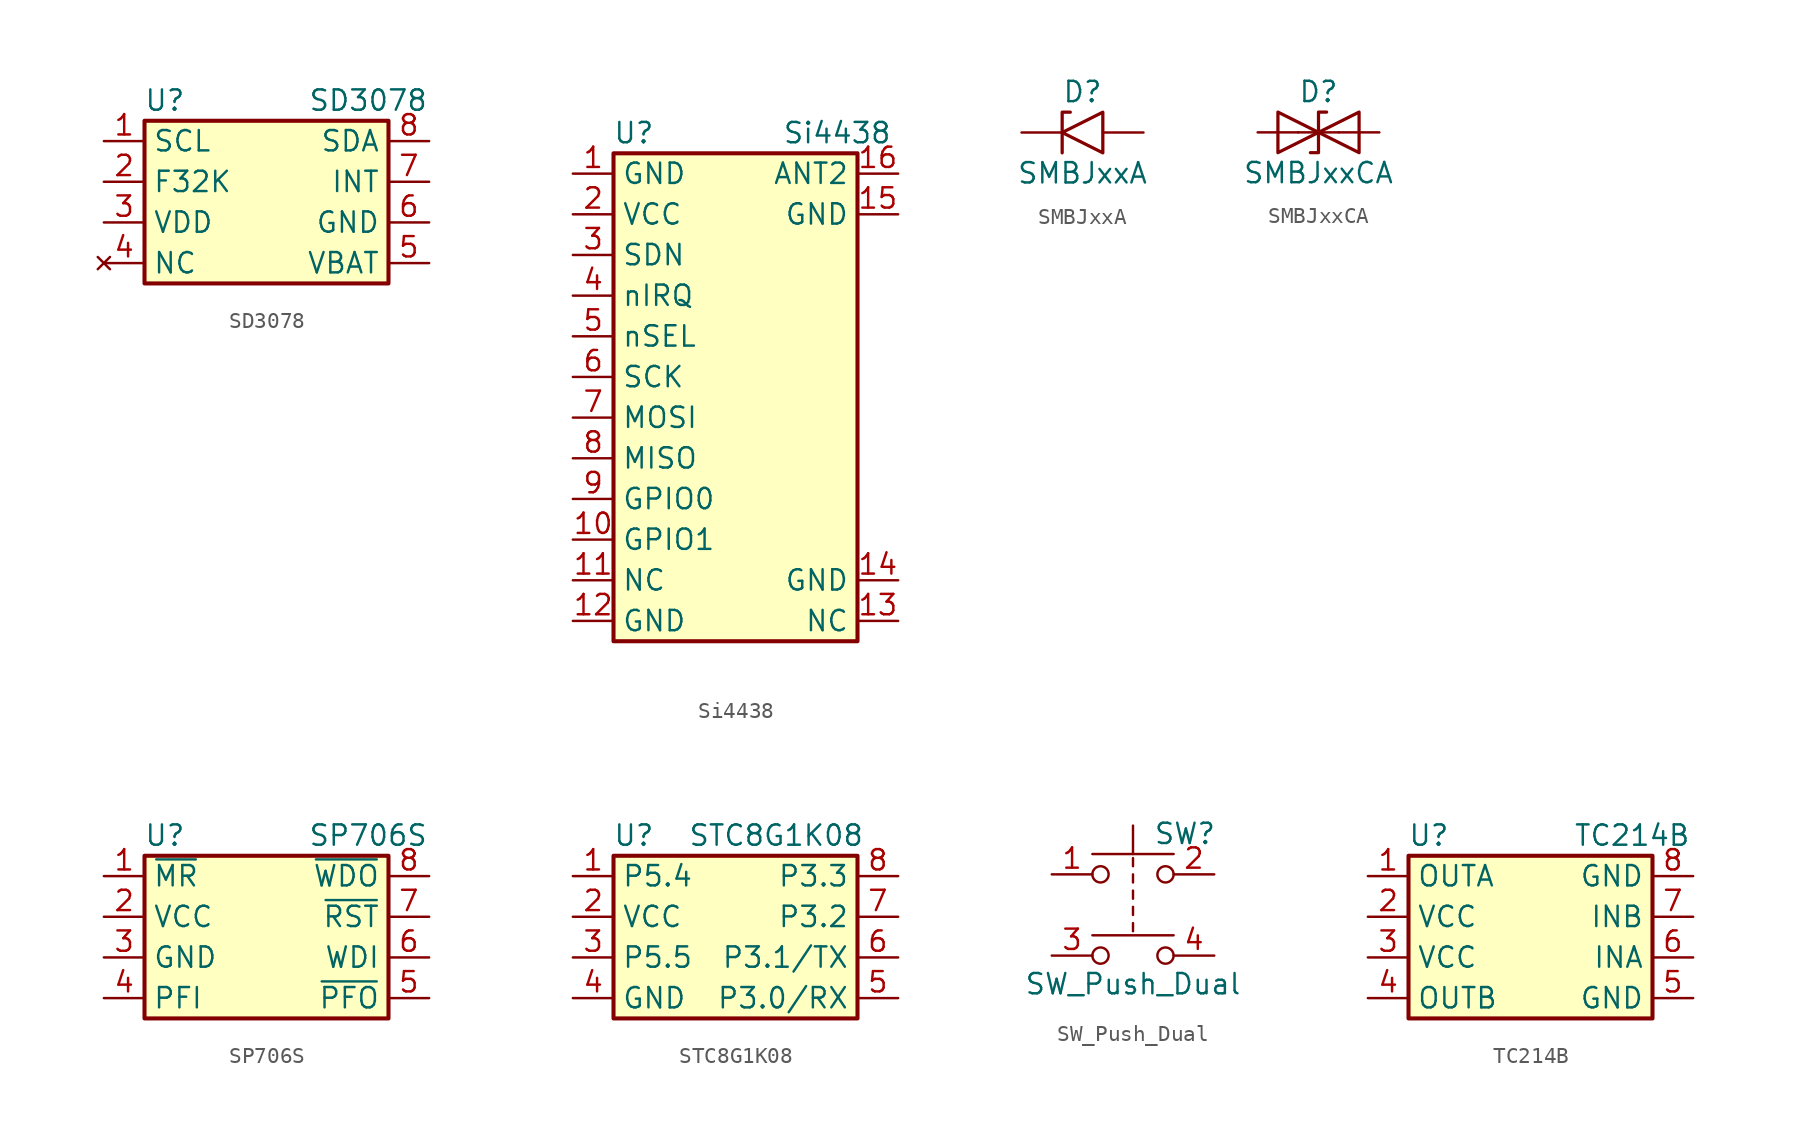
<source format=kicad_sym>
(kicad_symbol_lib
  (version 20211014)
  (generator kicad_symbol_editor)
  (symbol "SD3078"
    (property "Reference" "U"
      (at -6.35 6.35 0)
      (effects (font (size 1.27 1.27))))
    (property "Value" "SD3078"
      (at 6.35 6.35 0)
      (effects (font (size 1.27 1.27))))
    (symbol "SD3078_0_1"
      (rectangle (start -7.62 5.08) (end 7.62 -5.08) (stroke (width 0.254) (type default) (color 0 0 0 0)) (fill (type background))))
    (symbol "SD3078_1_1"
      (pin input line (at -10.16 3.81 0) (length 2.54) (name "SCL" (effects (font (size 1.27 1.27)))) (number "1" (effects (font (size 1.27 1.27)))))
      (pin output line (at -10.16 1.27 0) (length 2.54) (name "F32K" (effects (font (size 1.27 1.27)))) (number "2" (effects (font (size 1.27 1.27)))))
      (pin power_in line (at -10.16 -1.27 0) (length 2.54) (name "VDD" (effects (font (size 1.27 1.27)))) (number "3" (effects (font (size 1.27 1.27)))))
      (pin no_connect line (at -10.16 -3.81 0) (length 2.54) (name "NC" (effects (font (size 1.27 1.27)))) (number "4" (effects (font (size 1.27 1.27)))))
      (pin bidirectional line (at 10.16 -3.81 180) (length 2.54) (name "VBAT" (effects (font (size 1.27 1.27)))) (number "5" (effects (font (size 1.27 1.27)))))
      (pin power_in line (at 10.16 -1.27 180) (length 2.54) (name "GND" (effects (font (size 1.27 1.27)))) (number "6" (effects (font (size 1.27 1.27)))))
      (pin output line (at 10.16 1.27 180) (length 2.54) (name "INT" (effects (font (size 1.27 1.27)))) (number "7" (effects (font (size 1.27 1.27)))))
      (pin bidirectional line (at 10.16 3.81 180) (length 2.54) (name "SDA" (effects (font (size 1.27 1.27)))) (number "8" (effects (font (size 1.27 1.27)))))))
  (symbol "Si4438"
    (property "Reference" "U"
      (at -6.35 16.51 0)
      (effects (font (size 1.27 1.27))))
    (property "Value" "Si4438"
      (at 6.35 16.51 0)
      (effects (font (size 1.27 1.27))))
    (symbol "Si4438_0_1"
      (rectangle (start -7.62 15.24) (end 7.62 -15.24) (stroke (width 0.254) (type default) (color 0 0 0 0)) (fill (type background))))
    (symbol "Si4438_1_1"
      (pin power_in line (at -10.16 13.97 0) (length 2.54) (name "GND" (effects (font (size 1.27 1.27)))) (number "1" (effects (font (size 1.27 1.27)))))
      (pin passive line (at -10.16 -8.89 0) (length 2.54) (name "GPIO1" (effects (font (size 1.27 1.27)))) (number "10" (effects (font (size 1.27 1.27)))))
      (pin passive line (at -10.16 -11.43 0) (length 2.54) (name "NC" (effects (font (size 1.27 1.27)))) (number "11" (effects (font (size 1.27 1.27)))))
      (pin power_in line (at -10.16 -13.97 0) (length 2.54) (name "GND" (effects (font (size 1.27 1.27)))) (number "12" (effects (font (size 1.27 1.27)))))
      (pin passive line (at 10.16 -13.97 180) (length 2.54) (name "NC" (effects (font (size 1.27 1.27)))) (number "13" (effects (font (size 1.27 1.27)))))
      (pin power_in line (at 10.16 -11.43 180) (length 2.54) (name "GND" (effects (font (size 1.27 1.27)))) (number "14" (effects (font (size 1.27 1.27)))))
      (pin power_in line (at 10.16 11.43 180) (length 2.54) (name "GND" (effects (font (size 1.27 1.27)))) (number "15" (effects (font (size 1.27 1.27)))))
      (pin output line (at 10.16 13.97 180) (length 2.54) (name "ANT2" (effects (font (size 1.27 1.27)))) (number "16" (effects (font (size 1.27 1.27)))))
      (pin power_in line (at -10.16 11.43 0) (length 2.54) (name "VCC" (effects (font (size 1.27 1.27)))) (number "2" (effects (font (size 1.27 1.27)))))
      (pin passive line (at -10.16 8.89 0) (length 2.54) (name "SDN" (effects (font (size 1.27 1.27)))) (number "3" (effects (font (size 1.27 1.27)))))
      (pin passive line (at -10.16 6.35 0) (length 2.54) (name "nIRQ" (effects (font (size 1.27 1.27)))) (number "4" (effects (font (size 1.27 1.27)))))
      (pin passive line (at -10.16 3.81 0) (length 2.54) (name "nSEL" (effects (font (size 1.27 1.27)))) (number "5" (effects (font (size 1.27 1.27)))))
      (pin input line (at -10.16 1.27 0) (length 2.54) (name "SCK" (effects (font (size 1.27 1.27)))) (number "6" (effects (font (size 1.27 1.27)))))
      (pin passive line (at -10.16 -1.27 0) (length 2.54) (name "MOSI" (effects (font (size 1.27 1.27)))) (number "7" (effects (font (size 1.27 1.27)))))
      (pin passive line (at -10.16 -3.81 0) (length 2.54) (name "MISO" (effects (font (size 1.27 1.27)))) (number "8" (effects (font (size 1.27 1.27)))))
      (pin passive line (at -10.16 -6.35 0) (length 2.54) (name "GPIO0" (effects (font (size 1.27 1.27)))) (number "9" (effects (font (size 1.27 1.27)))))))
  (symbol "SMBJxxA"
    (pin_numbers hide)
    (pin_names
      (offset 1.016) hide)
    (property "Reference" "D"
      (at 0 2.54 0)
      (effects (font (size 1.27 1.27))))
    (property "Value" "SMBJxxA"
      (at 0 -2.54 0)
      (effects (font (size 1.27 1.27))))
    (symbol "SMBJxxA_0_1"
      (polyline (pts (xy -0.762 1.27) (xy -1.27 1.27) (xy -1.27 -1.27)) (stroke (width 0.203) (type default) (color 0 0 0 0)) (fill (type none)))
      (polyline (pts (xy 1.27 1.27) (xy 1.27 -1.27) (xy -1.27 0) (xy 1.27 1.27)) (stroke (width 0.203) (type default) (color 0 0 0 0)) (fill (type none))))
    (symbol "SMBJxxA_1_1"
      (pin passive line (at -3.81 0 0) (length 2.54) (name "A1" (effects (font (size 1.27 1.27)))) (number "1" (effects (font (size 1.27 1.27)))))
      (pin passive line (at 3.81 0 180) (length 2.54) (name "A2" (effects (font (size 1.27 1.27)))) (number "2" (effects (font (size 1.27 1.27)))))))
  (symbol "SMBJxxCA"
    (pin_numbers hide)
    (pin_names
      (offset 1.016) hide)
    (property "Reference" "D"
      (at 0 2.54 0)
      (effects (font (size 1.27 1.27))))
    (property "Value" "SMBJxxCA"
      (at 0 -2.54 0)
      (effects (font (size 1.27 1.27))))
    (symbol "SMBJxxCA_0_1"
      (polyline (pts (xy 1.27 0) (xy -1.27 0)) (stroke (width 0) (type default) (color 0 0 0 0)) (fill (type none)))
      (polyline (pts (xy -2.54 -1.27) (xy 0 0) (xy -2.54 1.27) (xy -2.54 -1.27)) (stroke (width 0.203) (type default) (color 0 0 0 0)) (fill (type none)))
      (polyline (pts (xy 0.508 1.27) (xy 0 1.27) (xy 0 -1.27) (xy -0.508 -1.27)) (stroke (width 0.203) (type default) (color 0 0 0 0)) (fill (type none)))
      (polyline (pts (xy 2.54 1.27) (xy 2.54 -1.27) (xy 0 0) (xy 2.54 1.27)) (stroke (width 0.203) (type default) (color 0 0 0 0)) (fill (type none))))
    (symbol "SMBJxxCA_1_1"
      (pin passive line (at -3.81 0 0) (length 2.54) (name "A1" (effects (font (size 1.27 1.27)))) (number "1" (effects (font (size 1.27 1.27)))))
      (pin passive line (at 3.81 0 180) (length 2.54) (name "A2" (effects (font (size 1.27 1.27)))) (number "2" (effects (font (size 1.27 1.27)))))))
  (symbol "SP706S"
    (property "Reference" "U"
      (at -6.35 6.35 0)
      (effects (font (size 1.27 1.27))))
    (property "Value" "SP706S"
      (at 6.35 6.35 0)
      (effects (font (size 1.27 1.27))))
    (symbol "SP706S_0_1"
      (rectangle (start -7.62 5.08) (end 7.62 -5.08) (stroke (width 0.254) (type default) (color 0 0 0 0)) (fill (type background))))
    (symbol "SP706S_1_1"
      (pin bidirectional line (at -10.16 3.81 0) (length 2.54) (name "~{MR}" (effects (font (size 1.27 1.27)))) (number "1" (effects (font (size 1.27 1.27)))))
      (pin power_in line (at -10.16 1.27 0) (length 2.54) (name "VCC" (effects (font (size 1.27 1.27)))) (number "2" (effects (font (size 1.27 1.27)))))
      (pin power_in line (at -10.16 -1.27 0) (length 2.54) (name "GND" (effects (font (size 1.27 1.27)))) (number "3" (effects (font (size 1.27 1.27)))))
      (pin input line (at -10.16 -3.81 0) (length 2.54) (name "PFI" (effects (font (size 1.27 1.27)))) (number "4" (effects (font (size 1.27 1.27)))))
      (pin bidirectional line (at 10.16 -3.81 180) (length 2.54) (name "~{PFO}" (effects (font (size 1.27 1.27)))) (number "5" (effects (font (size 1.27 1.27)))))
      (pin bidirectional line (at 10.16 -1.27 180) (length 2.54) (name "WDI" (effects (font (size 1.27 1.27)))) (number "6" (effects (font (size 1.27 1.27)))))
      (pin bidirectional line (at 10.16 1.27 180) (length 2.54) (name "~{RST}" (effects (font (size 1.27 1.27)))) (number "7" (effects (font (size 1.27 1.27)))))
      (pin bidirectional line (at 10.16 3.81 180) (length 2.54) (name "~{WDO}" (effects (font (size 1.27 1.27)))) (number "8" (effects (font (size 1.27 1.27)))))))
  (symbol "STC8G1K08"
    (property "Reference" "U"
      (at -6.35 6.35 0)
      (effects (font (size 1.27 1.27))))
    (property "Value" "STC8G1K08"
      (at 2.54 6.35 0)
      (effects (font (size 1.27 1.27))))
    (symbol "STC8G1K08_0_1"
      (rectangle (start -7.62 5.08) (end 7.62 -5.08) (stroke (width 0.254) (type default) (color 0 0 0 0)) (fill (type background))))
    (symbol "STC8G1K08_1_1"
      (pin bidirectional line (at -10.16 3.81 0) (length 2.54) (name "P5.4" (effects (font (size 1.27 1.27)))) (number "1" (effects (font (size 1.27 1.27)))))
      (pin power_in line (at -10.16 1.27 0) (length 2.54) (name "VCC" (effects (font (size 1.27 1.27)))) (number "2" (effects (font (size 1.27 1.27)))))
      (pin bidirectional line (at -10.16 -1.27 0) (length 2.54) (name "P5.5" (effects (font (size 1.27 1.27)))) (number "3" (effects (font (size 1.27 1.27)))))
      (pin power_in line (at -10.16 -3.81 0) (length 2.54) (name "GND" (effects (font (size 1.27 1.27)))) (number "4" (effects (font (size 1.27 1.27)))))
      (pin bidirectional line (at 10.16 -3.81 180) (length 2.54) (name "P3.0/RX" (effects (font (size 1.27 1.27)))) (number "5" (effects (font (size 1.27 1.27)))))
      (pin bidirectional line (at 10.16 -1.27 180) (length 2.54) (name "P3.1/TX" (effects (font (size 1.27 1.27)))) (number "6" (effects (font (size 1.27 1.27)))))
      (pin bidirectional line (at 10.16 1.27 180) (length 2.54) (name "P3.2" (effects (font (size 1.27 1.27)))) (number "7" (effects (font (size 1.27 1.27)))))
      (pin bidirectional line (at 10.16 3.81 180) (length 2.54) (name "P3.3" (effects (font (size 1.27 1.27)))) (number "8" (effects (font (size 1.27 1.27)))))))
  (symbol "SW_Push_Dual"
    (pin_names
      (offset 1.016) hide)
    (property "Reference" "SW"
      (at 1.27 2.54 0)
      (effects (font (size 1.27 1.27)) (justify left)))
    (property "Value" "SW_Push_Dual"
      (at 0 -6.858 0)
      (effects (font (size 1.27 1.27))))
    (symbol "SW_Push_Dual_0_1"
      (circle (center -2.032 -5.08) (radius 0.508) (stroke (width 0) (type default) (color 0 0 0 0)) (fill (type none)))
      (circle (center -2.032 0) (radius 0.508) (stroke (width 0) (type default) (color 0 0 0 0)) (fill (type none)))
      (polyline (pts (xy 0 -3.048) (xy 0 -3.556)) (stroke (width 0) (type default) (color 0 0 0 0)) (fill (type none)))
      (polyline (pts (xy 0 -2.032) (xy 0 -2.54)) (stroke (width 0) (type default) (color 0 0 0 0)) (fill (type none)))
      (polyline (pts (xy 0 -1.524) (xy 0 -1.016)) (stroke (width 0) (type default) (color 0 0 0 0)) (fill (type none)))
      (polyline (pts (xy 0 -0.508) (xy 0 0)) (stroke (width 0) (type default) (color 0 0 0 0)) (fill (type none)))
      (polyline (pts (xy 0 0.508) (xy 0 1.016)) (stroke (width 0) (type default) (color 0 0 0 0)) (fill (type none)))
      (polyline (pts (xy 0 1.27) (xy 0 3.048)) (stroke (width 0) (type default) (color 0 0 0 0)) (fill (type none)))
      (polyline (pts (xy 2.54 -3.81) (xy -2.54 -3.81)) (stroke (width 0) (type default) (color 0 0 0 0)) (fill (type none)))
      (polyline (pts (xy 2.54 1.27) (xy -2.54 1.27)) (stroke (width 0) (type default) (color 0 0 0 0)) (fill (type none)))
      (circle (center 2.032 -5.08) (radius 0.508) (stroke (width 0) (type default) (color 0 0 0 0)) (fill (type none)))
      (circle (center 2.032 0) (radius 0.508) (stroke (width 0) (type default) (color 0 0 0 0)) (fill (type none)))
      (pin passive line (at -5.08 0 0) (length 2.54) (name "1" (effects (font (size 1.27 1.27)))) (number "1" (effects (font (size 1.27 1.27)))))
      (pin passive line (at 5.08 0 180) (length 2.54) (name "2" (effects (font (size 1.27 1.27)))) (number "2" (effects (font (size 1.27 1.27)))))
      (pin passive line (at -5.08 -5.08 0) (length 2.54) (name "3" (effects (font (size 1.27 1.27)))) (number "3" (effects (font (size 1.27 1.27)))))
      (pin passive line (at 5.08 -5.08 180) (length 2.54) (name "4" (effects (font (size 1.27 1.27)))) (number "4" (effects (font (size 1.27 1.27)))))))
  (symbol "TC214B"
    (property "Reference" "U"
      (at -6.35 6.35 0)
      (effects (font (size 1.27 1.27))))
    (property "Value" "TC214B"
      (at 6.35 6.35 0)
      (effects (font (size 1.27 1.27))))
    (symbol "TC214B_0_1"
      (rectangle (start -7.62 5.08) (end 7.62 -5.08) (stroke (width 0.254) (type default) (color 0 0 0 0)) (fill (type background))))
    (symbol "TC214B_1_1"
      (pin passive line (at -10.16 3.81 0) (length 2.54) (name "OUTA" (effects (font (size 1.27 1.27)))) (number "1" (effects (font (size 1.27 1.27)))))
      (pin power_in line (at -10.16 1.27 0) (length 2.54) (name "VCC" (effects (font (size 1.27 1.27)))) (number "2" (effects (font (size 1.27 1.27)))))
      (pin power_in line (at -10.16 -1.27 0) (length 2.54) (name "VCC" (effects (font (size 1.27 1.27)))) (number "3" (effects (font (size 1.27 1.27)))))
      (pin passive line (at -10.16 -3.81 0) (length 2.54) (name "OUTB" (effects (font (size 1.27 1.27)))) (number "4" (effects (font (size 1.27 1.27)))))
      (pin passive line (at 10.16 -3.81 180) (length 2.54) (name "GND" (effects (font (size 1.27 1.27)))) (number "5" (effects (font (size 1.27 1.27)))))
      (pin input line (at 10.16 -1.27 180) (length 2.54) (name "INA" (effects (font (size 1.27 1.27)))) (number "6" (effects (font (size 1.27 1.27)))))
      (pin input line (at 10.16 1.27 180) (length 2.54) (name "INB" (effects (font (size 1.27 1.27)))) (number "7" (effects (font (size 1.27 1.27)))))
      (pin passive line (at 10.16 3.81 180) (length 2.54) (name "GND" (effects (font (size 1.27 1.27)))) (number "8" (effects (font (size 1.27 1.27))))))))
</source>
